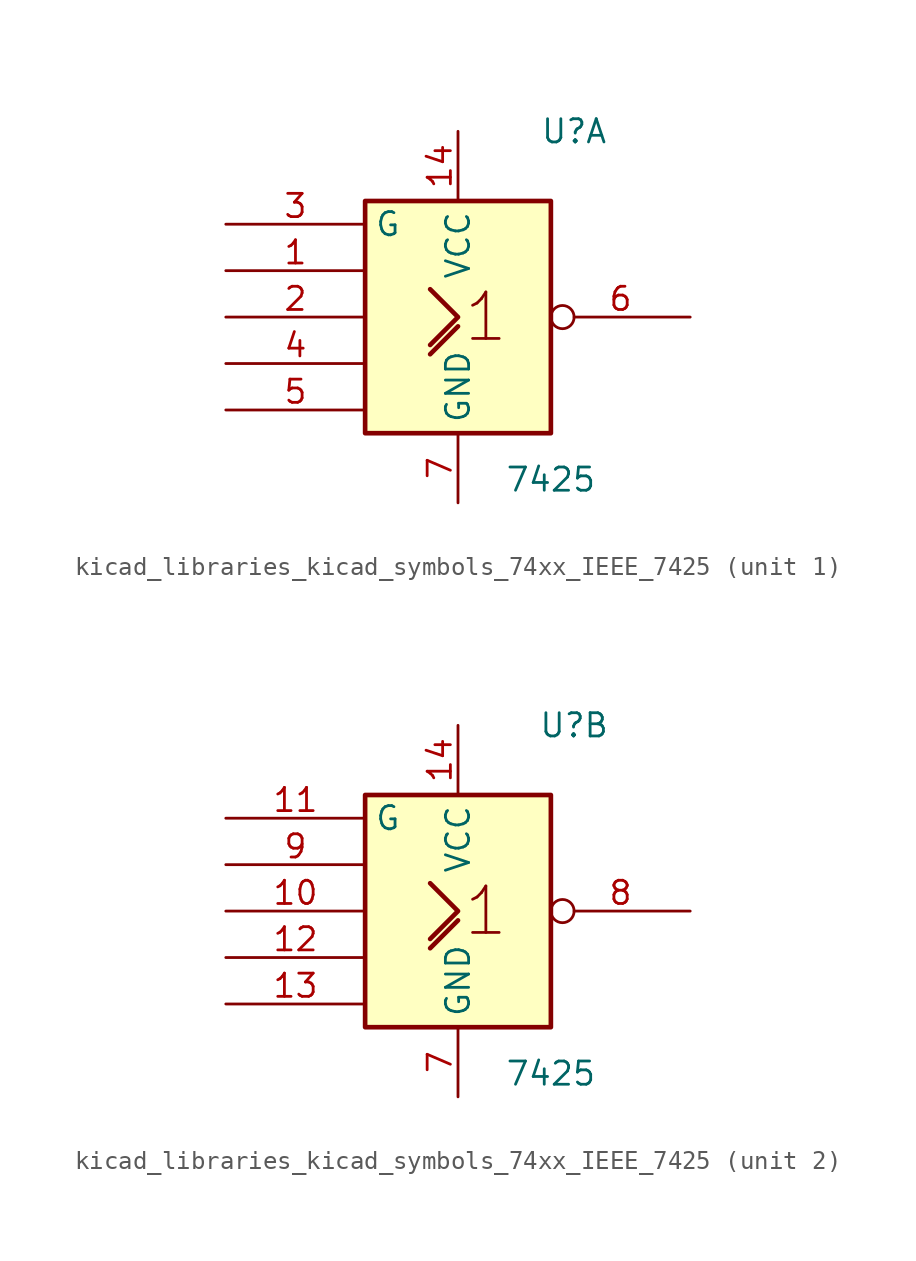
<source format=kicad_sym>
(kicad_symbol_lib
  (version 20220914)
  (generator kicad_symbol_editor)
  (symbol "kicad_libraries_kicad_symbols_74xx_IEEE_7425"
    (property "Reference" "U"
      (at 6.35 10.16 0)
      (effects (font (size 1.27 1.27))))
    (property "Value" "7425"
      (at 5.08 -8.89 0)
      (effects (font (size 1.27 1.27))))
    (symbol "kicad_libraries_kicad_symbols_74xx_IEEE_7425_0_0"
      (polyline (pts (xy -1.524 -2.032) (xy 0 -0.508) (xy 0 -0.508)) (stroke (width 0.254) (type default)) (fill (type background)))
      (polyline (pts (xy -1.524 1.524) (xy 0 0) (xy -1.524 -1.524) (xy -1.524 -1.524)) (stroke (width 0.254) (type default)) (fill (type background)))
      (text "1" (at 1.524 0 0) (effects (font (size 2.54 2.54)))))
    (symbol "kicad_libraries_kicad_symbols_74xx_IEEE_7425_0_1"
      (rectangle (start -5.08 6.35) (end 5.08 -6.35) (stroke (width 0.254) (type default)) (fill (type background)))
      (pin power_in line (at 0 10.16 270) (length 3.81) (name "VCC" (effects (font (size 1.27 1.27)))) (number "14" (effects (font (size 1.27 1.27)))))
      (pin power_in line (at 0 -10.16 90) (length 3.81) (name "GND" (effects (font (size 1.27 1.27)))) (number "7" (effects (font (size 1.27 1.27))))))
    (symbol "kicad_libraries_kicad_symbols_74xx_IEEE_7425_1_1"
      (pin input line (at -12.7 2.54 0) (length 7.62) (name "~" (effects (font (size 1.27 1.27)))) (number "1" (effects (font (size 1.27 1.27)))))
      (pin input line (at -12.7 0 0) (length 7.62) (name "~" (effects (font (size 1.27 1.27)))) (number "2" (effects (font (size 1.27 1.27)))))
      (pin input line (at -12.7 5.08 0) (length 7.62) (name "G" (effects (font (size 1.27 1.27)))) (number "3" (effects (font (size 1.27 1.27)))))
      (pin input line (at -12.7 -2.54 0) (length 7.62) (name "~" (effects (font (size 1.27 1.27)))) (number "4" (effects (font (size 1.27 1.27)))))
      (pin input line (at -12.7 -5.08 0) (length 7.62) (name "~" (effects (font (size 1.27 1.27)))) (number "5" (effects (font (size 1.27 1.27)))))
      (pin output inverted (at 12.7 0 180) (length 7.62) (name "~" (effects (font (size 1.27 1.27)))) (number "6" (effects (font (size 1.27 1.27))))))
    (symbol "kicad_libraries_kicad_symbols_74xx_IEEE_7425_2_1"
      (pin input line (at -12.7 0 0) (length 7.62) (name "~" (effects (font (size 1.27 1.27)))) (number "10" (effects (font (size 1.27 1.27)))))
      (pin input line (at -12.7 5.08 0) (length 7.62) (name "G" (effects (font (size 1.27 1.27)))) (number "11" (effects (font (size 1.27 1.27)))))
      (pin input line (at -12.7 -2.54 0) (length 7.62) (name "~" (effects (font (size 1.27 1.27)))) (number "12" (effects (font (size 1.27 1.27)))))
      (pin input line (at -12.7 -5.08 0) (length 7.62) (name "~" (effects (font (size 1.27 1.27)))) (number "13" (effects (font (size 1.27 1.27)))))
      (pin output inverted (at 12.7 0 180) (length 7.62) (name "~" (effects (font (size 1.27 1.27)))) (number "8" (effects (font (size 1.27 1.27)))))
      (pin input line (at -12.7 2.54 0) (length 7.62) (name "~" (effects (font (size 1.27 1.27)))) (number "9" (effects (font (size 1.27 1.27))))))))
</source>
